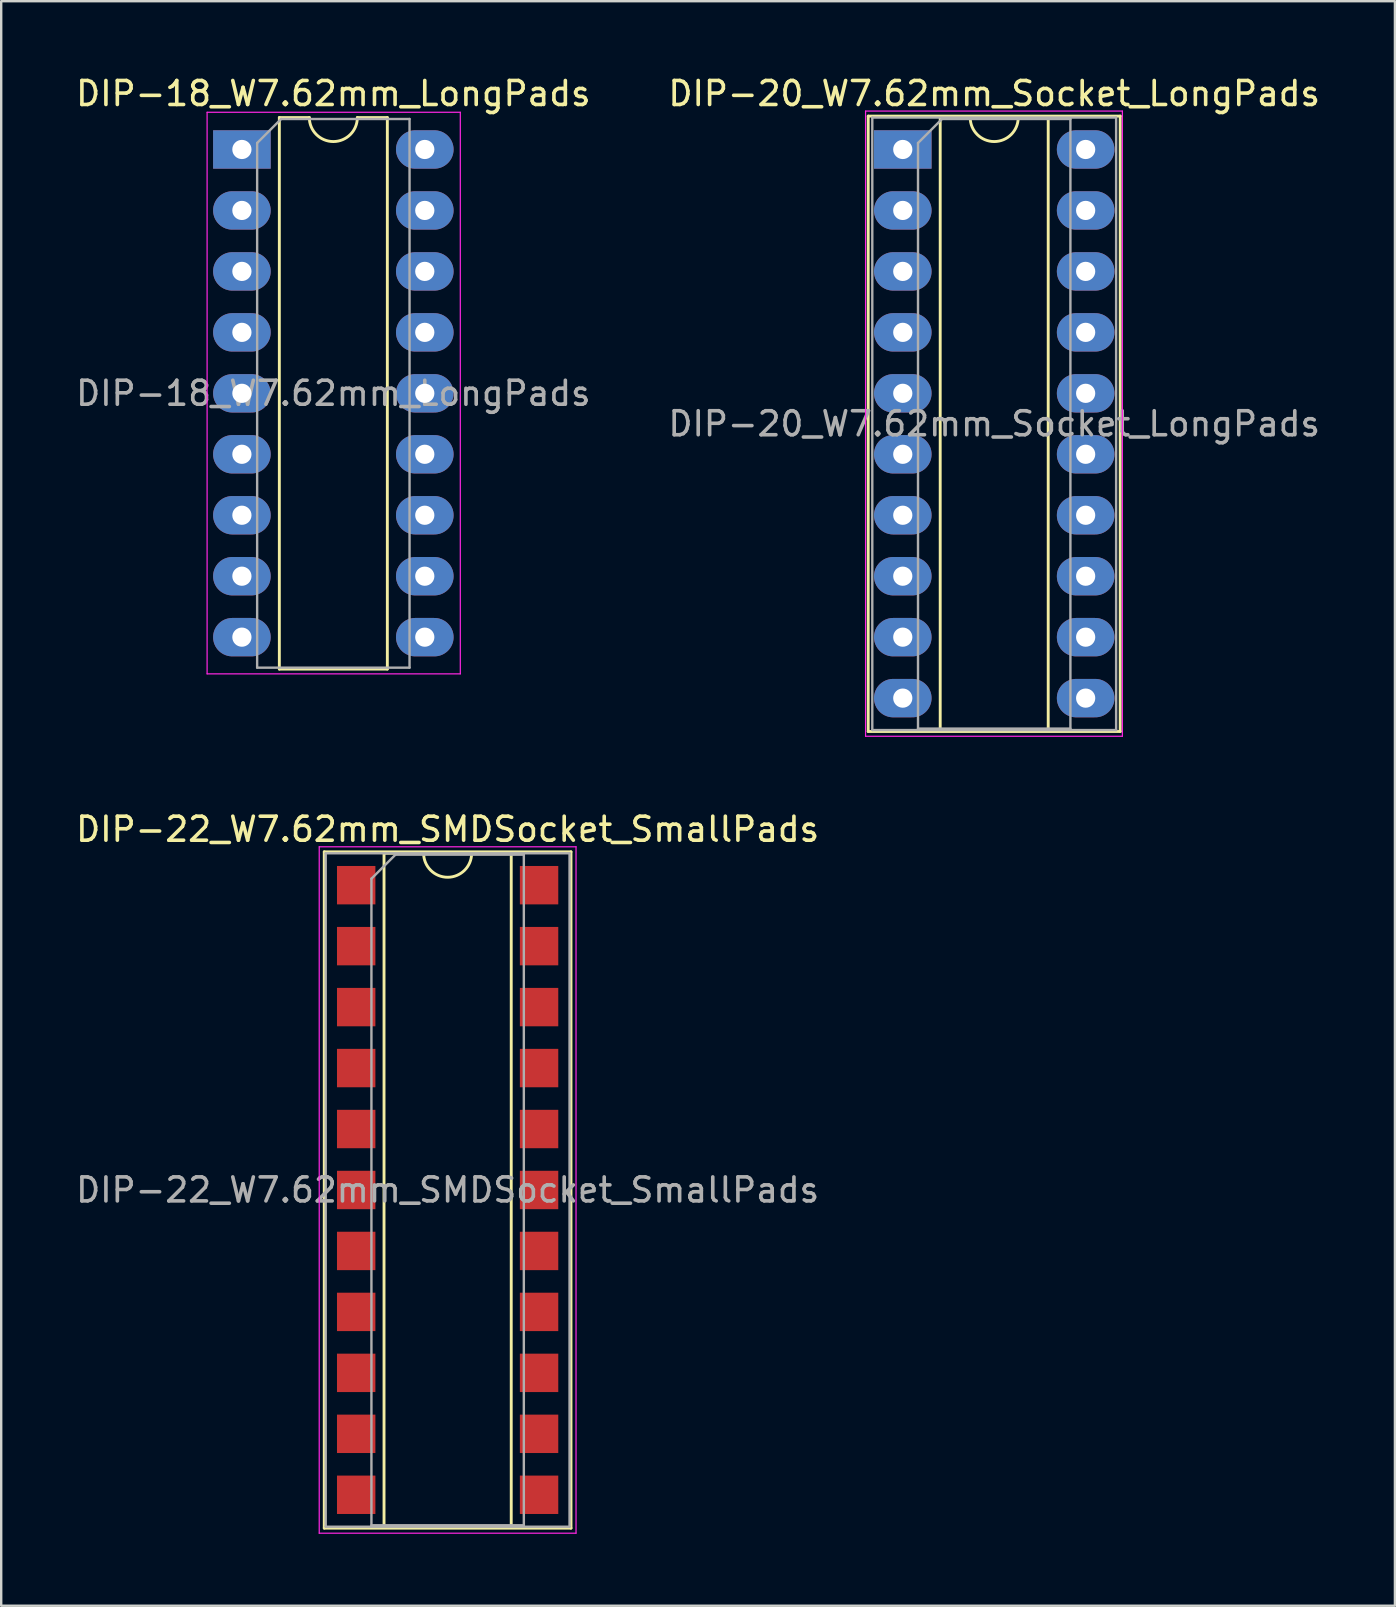
<source format=kicad_pcb>
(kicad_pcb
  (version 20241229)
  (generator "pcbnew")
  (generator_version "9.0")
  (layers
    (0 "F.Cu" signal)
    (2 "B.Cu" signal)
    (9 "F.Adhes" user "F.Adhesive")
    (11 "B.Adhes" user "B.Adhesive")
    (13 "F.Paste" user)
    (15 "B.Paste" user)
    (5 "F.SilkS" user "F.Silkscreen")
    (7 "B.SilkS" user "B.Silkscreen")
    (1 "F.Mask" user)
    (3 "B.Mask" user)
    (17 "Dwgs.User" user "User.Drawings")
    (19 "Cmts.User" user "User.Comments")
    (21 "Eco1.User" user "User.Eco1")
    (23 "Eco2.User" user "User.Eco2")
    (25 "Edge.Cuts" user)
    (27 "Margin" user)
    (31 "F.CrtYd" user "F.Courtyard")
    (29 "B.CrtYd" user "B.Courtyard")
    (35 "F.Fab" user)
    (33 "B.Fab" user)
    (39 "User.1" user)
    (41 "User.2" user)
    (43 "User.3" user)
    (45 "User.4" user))
  (footprint "DIP-20_W7.62mm_Socket_LongPads"
    (layer "F.Cu")
    (at 34.565 3.178)
    (property "Reference" "DIP-20_W7.62mm_Socket_LongPads" (at 3.81 -2.33 0) (layer "F.SilkS") (effects (font (size 1 1) (thickness 0.15))))
    (attr through_hole)
    (fp_line (start -1.44 -1.39) (end -1.44 24.25) (stroke (width 0.12) (type solid)) (layer "F.SilkS"))
    (fp_line (start -1.44 24.25) (end 9.06 24.25) (stroke (width 0.12) (type solid)) (layer "F.SilkS"))
    (fp_line (start 1.56 -1.33) (end 1.56 24.19) (stroke (width 0.12) (type solid)) (layer "F.SilkS"))
    (fp_line (start 1.56 24.19) (end 6.06 24.19) (stroke (width 0.12) (type solid)) (layer "F.SilkS"))
    (fp_line (start 2.81 -1.33) (end 1.56 -1.33) (stroke (width 0.12) (type solid)) (layer "F.SilkS"))
    (fp_line (start 6.06 -1.33) (end 4.81 -1.33) (stroke (width 0.12) (type solid)) (layer "F.SilkS"))
    (fp_line (start 6.06 24.19) (end 6.06 -1.33) (stroke (width 0.12) (type solid)) (layer "F.SilkS"))
    (fp_line (start 9.06 -1.39) (end -1.44 -1.39) (stroke (width 0.12) (type solid)) (layer "F.SilkS"))
    (fp_line (start 9.06 24.25) (end 9.06 -1.39) (stroke (width 0.12) (type solid)) (layer "F.SilkS"))
    (fp_arc (start 4.81 -1.33) (mid 3.81 -0.33) (end 2.81 -1.33) (stroke (width 0.12) (type solid)) (layer "F.SilkS"))
    (fp_line (start -1.55 -1.6) (end -1.55 24.45) (stroke (width 0.05) (type solid)) (layer "F.CrtYd"))
    (fp_line (start -1.55 24.45) (end 9.15 24.45) (stroke (width 0.05) (type solid)) (layer "F.CrtYd"))
    (fp_line (start 9.15 -1.6) (end -1.55 -1.6) (stroke (width 0.05) (type solid)) (layer "F.CrtYd"))
    (fp_line (start 9.15 24.45) (end 9.15 -1.6) (stroke (width 0.05) (type solid)) (layer "F.CrtYd"))
    (fp_line (start -1.27 -1.33) (end -1.27 24.19) (stroke (width 0.1) (type solid)) (layer "F.Fab"))
    (fp_line (start -1.27 24.19) (end 8.89 24.19) (stroke (width 0.1) (type solid)) (layer "F.Fab"))
    (fp_line (start 0.635 -0.27) (end 1.635 -1.27) (stroke (width 0.1) (type solid)) (layer "F.Fab"))
    (fp_line (start 0.635 24.13) (end 0.635 -0.27) (stroke (width 0.1) (type solid)) (layer "F.Fab"))
    (fp_line (start 1.635 -1.27) (end 6.985 -1.27) (stroke (width 0.1) (type solid)) (layer "F.Fab"))
    (fp_line (start 6.985 -1.27) (end 6.985 24.13) (stroke (width 0.1) (type solid)) (layer "F.Fab"))
    (fp_line (start 6.985 24.13) (end 0.635 24.13) (stroke (width 0.1) (type solid)) (layer "F.Fab"))
    (fp_line (start 8.89 -1.33) (end -1.27 -1.33) (stroke (width 0.1) (type solid)) (layer "F.Fab"))
    (fp_line (start 8.89 24.19) (end 8.89 -1.33) (stroke (width 0.1) (type solid)) (layer "F.Fab"))
    (fp_text user "${REFERENCE}" (at 3.81 11.43 0) (layer "F.Fab") (effects (font (size 1 1) (thickness 0.15))))
    (pad "1" thru_hole rect (at 0 0) (size 2.4 1.6) (drill 0.8) (layers "*.Cu" "*.Mask"))
    (pad "2" thru_hole oval (at 0 2.54) (size 2.4 1.6) (drill 0.8) (layers "*.Cu" "*.Mask"))
    (pad "3" thru_hole oval (at 0 5.08) (size 2.4 1.6) (drill 0.8) (layers "*.Cu" "*.Mask"))
    (pad "4" thru_hole oval (at 0 7.62) (size 2.4 1.6) (drill 0.8) (layers "*.Cu" "*.Mask"))
    (pad "5" thru_hole oval (at 0 10.16) (size 2.4 1.6) (drill 0.8) (layers "*.Cu" "*.Mask"))
    (pad "6" thru_hole oval (at 0 12.7) (size 2.4 1.6) (drill 0.8) (layers "*.Cu" "*.Mask"))
    (pad "7" thru_hole oval (at 0 15.24) (size 2.4 1.6) (drill 0.8) (layers "*.Cu" "*.Mask"))
    (pad "8" thru_hole oval (at 0 17.78) (size 2.4 1.6) (drill 0.8) (layers "*.Cu" "*.Mask"))
    (pad "9" thru_hole oval (at 0 20.32) (size 2.4 1.6) (drill 0.8) (layers "*.Cu" "*.Mask"))
    (pad "10" thru_hole oval (at 0 22.86) (size 2.4 1.6) (drill 0.8) (layers "*.Cu" "*.Mask"))
    (pad "11" thru_hole oval (at 7.62 22.86) (size 2.4 1.6) (drill 0.8) (layers "*.Cu" "*.Mask"))
    (pad "12" thru_hole oval (at 7.62 20.32) (size 2.4 1.6) (drill 0.8) (layers "*.Cu" "*.Mask"))
    (pad "13" thru_hole oval (at 7.62 17.78) (size 2.4 1.6) (drill 0.8) (layers "*.Cu" "*.Mask"))
    (pad "14" thru_hole oval (at 7.62 15.24) (size 2.4 1.6) (drill 0.8) (layers "*.Cu" "*.Mask"))
    (pad "15" thru_hole oval (at 7.62 12.7) (size 2.4 1.6) (drill 0.8) (layers "*.Cu" "*.Mask"))
    (pad "16" thru_hole oval (at 7.62 10.16) (size 2.4 1.6) (drill 0.8) (layers "*.Cu" "*.Mask"))
    (pad "17" thru_hole oval (at 7.62 7.62) (size 2.4 1.6) (drill 0.8) (layers "*.Cu" "*.Mask"))
    (pad "18" thru_hole oval (at 7.62 5.08) (size 2.4 1.6) (drill 0.8) (layers "*.Cu" "*.Mask"))
    (pad "19" thru_hole oval (at 7.62 2.54) (size 2.4 1.6) (drill 0.8) (layers "*.Cu" "*.Mask"))
    (pad "20" thru_hole oval (at 7.62 0) (size 2.4 1.6) (drill 0.8) (layers "*.Cu" "*.Mask")))
  (footprint "DIP-18_W7.62mm_LongPads"
    (layer "F.Cu")
    (at 7.029 3.178)
    (property "Reference" "DIP-18_W7.62mm_LongPads" (at 3.81 -2.33 0) (layer "F.SilkS") (effects (font (size 1 1) (thickness 0.15))))
    (attr through_hole)
    (fp_line (start 1.56 -1.33) (end 1.56 21.65) (stroke (width 0.12) (type solid)) (layer "F.SilkS"))
    (fp_line (start 1.56 21.65) (end 6.06 21.65) (stroke (width 0.12) (type solid)) (layer "F.SilkS"))
    (fp_line (start 2.81 -1.33) (end 1.56 -1.33) (stroke (width 0.12) (type solid)) (layer "F.SilkS"))
    (fp_line (start 6.06 -1.33) (end 4.81 -1.33) (stroke (width 0.12) (type solid)) (layer "F.SilkS"))
    (fp_line (start 6.06 21.65) (end 6.06 -1.33) (stroke (width 0.12) (type solid)) (layer "F.SilkS"))
    (fp_arc (start 4.81 -1.33) (mid 3.81 -0.33) (end 2.81 -1.33) (stroke (width 0.12) (type solid)) (layer "F.SilkS"))
    (fp_line (start -1.45 -1.55) (end -1.45 21.85) (stroke (width 0.05) (type solid)) (layer "F.CrtYd"))
    (fp_line (start -1.45 21.85) (end 9.1 21.85) (stroke (width 0.05) (type solid)) (layer "F.CrtYd"))
    (fp_line (start 9.1 -1.55) (end -1.45 -1.55) (stroke (width 0.05) (type solid)) (layer "F.CrtYd"))
    (fp_line (start 9.1 21.85) (end 9.1 -1.55) (stroke (width 0.05) (type solid)) (layer "F.CrtYd"))
    (fp_line (start 0.635 -0.27) (end 1.635 -1.27) (stroke (width 0.1) (type solid)) (layer "F.Fab"))
    (fp_line (start 0.635 21.59) (end 0.635 -0.27) (stroke (width 0.1) (type solid)) (layer "F.Fab"))
    (fp_line (start 1.635 -1.27) (end 6.985 -1.27) (stroke (width 0.1) (type solid)) (layer "F.Fab"))
    (fp_line (start 6.985 -1.27) (end 6.985 21.59) (stroke (width 0.1) (type solid)) (layer "F.Fab"))
    (fp_line (start 6.985 21.59) (end 0.635 21.59) (stroke (width 0.1) (type solid)) (layer "F.Fab"))
    (fp_text user "${REFERENCE}" (at 3.81 10.16 0) (layer "F.Fab") (effects (font (size 1 1) (thickness 0.15))))
    (pad "1" thru_hole rect (at 0 0) (size 2.4 1.6) (drill 0.8) (layers "*.Cu" "*.Mask"))
    (pad "2" thru_hole oval (at 0 2.54) (size 2.4 1.6) (drill 0.8) (layers "*.Cu" "*.Mask"))
    (pad "3" thru_hole oval (at 0 5.08) (size 2.4 1.6) (drill 0.8) (layers "*.Cu" "*.Mask"))
    (pad "4" thru_hole oval (at 0 7.62) (size 2.4 1.6) (drill 0.8) (layers "*.Cu" "*.Mask"))
    (pad "5" thru_hole oval (at 0 10.16) (size 2.4 1.6) (drill 0.8) (layers "*.Cu" "*.Mask"))
    (pad "6" thru_hole oval (at 0 12.7) (size 2.4 1.6) (drill 0.8) (layers "*.Cu" "*.Mask"))
    (pad "7" thru_hole oval (at 0 15.24) (size 2.4 1.6) (drill 0.8) (layers "*.Cu" "*.Mask"))
    (pad "8" thru_hole oval (at 0 17.78) (size 2.4 1.6) (drill 0.8) (layers "*.Cu" "*.Mask"))
    (pad "9" thru_hole oval (at 0 20.32) (size 2.4 1.6) (drill 0.8) (layers "*.Cu" "*.Mask"))
    (pad "10" thru_hole oval (at 7.62 20.32) (size 2.4 1.6) (drill 0.8) (layers "*.Cu" "*.Mask"))
    (pad "11" thru_hole oval (at 7.62 17.78) (size 2.4 1.6) (drill 0.8) (layers "*.Cu" "*.Mask"))
    (pad "12" thru_hole oval (at 7.62 15.24) (size 2.4 1.6) (drill 0.8) (layers "*.Cu" "*.Mask"))
    (pad "13" thru_hole oval (at 7.62 12.7) (size 2.4 1.6) (drill 0.8) (layers "*.Cu" "*.Mask"))
    (pad "14" thru_hole oval (at 7.62 10.16) (size 2.4 1.6) (drill 0.8) (layers "*.Cu" "*.Mask"))
    (pad "15" thru_hole oval (at 7.62 7.62) (size 2.4 1.6) (drill 0.8) (layers "*.Cu" "*.Mask"))
    (pad "16" thru_hole oval (at 7.62 5.08) (size 2.4 1.6) (drill 0.8) (layers "*.Cu" "*.Mask"))
    (pad "17" thru_hole oval (at 7.62 2.54) (size 2.4 1.6) (drill 0.8) (layers "*.Cu" "*.Mask"))
    (pad "18" thru_hole oval (at 7.62 0) (size 2.4 1.6) (drill 0.8) (layers "*.Cu" "*.Mask")))
  (footprint "DIP-22_W7.62mm_SMDSocket_SmallPads"
    (layer "F.Cu")
    (at 15.601 46.532)
    (property "Reference" "DIP-22_W7.62mm_SMDSocket_SmallPads" (at 0 -15.03 0) (layer "F.SilkS") (effects (font (size 1 1) (thickness 0.15))))
    (attr smd)
    (fp_line (start -5.14 -14.09) (end -5.14 14.09) (stroke (width 0.12) (type solid)) (layer "F.SilkS"))
    (fp_line (start -5.14 14.09) (end 5.14 14.09) (stroke (width 0.12) (type solid)) (layer "F.SilkS"))
    (fp_line (start -2.65 -14.03) (end -2.65 14.03) (stroke (width 0.12) (type solid)) (layer "F.SilkS"))
    (fp_line (start -2.65 14.03) (end 2.65 14.03) (stroke (width 0.12) (type solid)) (layer "F.SilkS"))
    (fp_line (start -1 -14.03) (end -2.65 -14.03) (stroke (width 0.12) (type solid)) (layer "F.SilkS"))
    (fp_line (start 2.65 -14.03) (end 1 -14.03) (stroke (width 0.12) (type solid)) (layer "F.SilkS"))
    (fp_line (start 2.65 14.03) (end 2.65 -14.03) (stroke (width 0.12) (type solid)) (layer "F.SilkS"))
    (fp_line (start 5.14 -14.09) (end -5.14 -14.09) (stroke (width 0.12) (type solid)) (layer "F.SilkS"))
    (fp_line (start 5.14 14.09) (end 5.14 -14.09) (stroke (width 0.12) (type solid)) (layer "F.SilkS"))
    (fp_arc (start 1 -14.03) (mid 0 -13.03) (end -1 -14.03) (stroke (width 0.12) (type solid)) (layer "F.SilkS"))
    (fp_line (start -5.35 -14.3) (end -5.35 14.3) (stroke (width 0.05) (type solid)) (layer "F.CrtYd"))
    (fp_line (start -5.35 14.3) (end 5.35 14.3) (stroke (width 0.05) (type solid)) (layer "F.CrtYd"))
    (fp_line (start 5.35 -14.3) (end -5.35 -14.3) (stroke (width 0.05) (type solid)) (layer "F.CrtYd"))
    (fp_line (start 5.35 14.3) (end 5.35 -14.3) (stroke (width 0.05) (type solid)) (layer "F.CrtYd"))
    (fp_line (start -5.08 -14.03) (end -5.08 14.03) (stroke (width 0.1) (type solid)) (layer "F.Fab"))
    (fp_line (start -5.08 14.03) (end 5.08 14.03) (stroke (width 0.1) (type solid)) (layer "F.Fab"))
    (fp_line (start -3.175 -12.97) (end -2.175 -13.97) (stroke (width 0.1) (type solid)) (layer "F.Fab"))
    (fp_line (start -3.175 13.97) (end -3.175 -12.97) (stroke (width 0.1) (type solid)) (layer "F.Fab"))
    (fp_line (start -2.175 -13.97) (end 3.175 -13.97) (stroke (width 0.1) (type solid)) (layer "F.Fab"))
    (fp_line (start 3.175 -13.97) (end 3.175 13.97) (stroke (width 0.1) (type solid)) (layer "F.Fab"))
    (fp_line (start 3.175 13.97) (end -3.175 13.97) (stroke (width 0.1) (type solid)) (layer "F.Fab"))
    (fp_line (start 5.08 -14.03) (end -5.08 -14.03) (stroke (width 0.1) (type solid)) (layer "F.Fab"))
    (fp_line (start 5.08 14.03) (end 5.08 -14.03) (stroke (width 0.1) (type solid)) (layer "F.Fab"))
    (fp_text user "${REFERENCE}" (at 0 0 0) (layer "F.Fab") (effects (font (size 1 1) (thickness 0.15))))
    (pad "1" smd rect (at -3.81 -12.7) (size 1.6 1.6) (layers "F.Cu" "F.Mask" "F.Paste"))
    (pad "2" smd rect (at -3.81 -10.16) (size 1.6 1.6) (layers "F.Cu" "F.Mask" "F.Paste"))
    (pad "3" smd rect (at -3.81 -7.62) (size 1.6 1.6) (layers "F.Cu" "F.Mask" "F.Paste"))
    (pad "4" smd rect (at -3.81 -5.08) (size 1.6 1.6) (layers "F.Cu" "F.Mask" "F.Paste"))
    (pad "5" smd rect (at -3.81 -2.54) (size 1.6 1.6) (layers "F.Cu" "F.Mask" "F.Paste"))
    (pad "6" smd rect (at -3.81 0) (size 1.6 1.6) (layers "F.Cu" "F.Mask" "F.Paste"))
    (pad "7" smd rect (at -3.81 2.54) (size 1.6 1.6) (layers "F.Cu" "F.Mask" "F.Paste"))
    (pad "8" smd rect (at -3.81 5.08) (size 1.6 1.6) (layers "F.Cu" "F.Mask" "F.Paste"))
    (pad "9" smd rect (at -3.81 7.62) (size 1.6 1.6) (layers "F.Cu" "F.Mask" "F.Paste"))
    (pad "10" smd rect (at -3.81 10.16) (size 1.6 1.6) (layers "F.Cu" "F.Mask" "F.Paste"))
    (pad "11" smd rect (at -3.81 12.7) (size 1.6 1.6) (layers "F.Cu" "F.Mask" "F.Paste"))
    (pad "12" smd rect (at 3.81 12.7) (size 1.6 1.6) (layers "F.Cu" "F.Mask" "F.Paste"))
    (pad "13" smd rect (at 3.81 10.16) (size 1.6 1.6) (layers "F.Cu" "F.Mask" "F.Paste"))
    (pad "14" smd rect (at 3.81 7.62) (size 1.6 1.6) (layers "F.Cu" "F.Mask" "F.Paste"))
    (pad "15" smd rect (at 3.81 5.08) (size 1.6 1.6) (layers "F.Cu" "F.Mask" "F.Paste"))
    (pad "16" smd rect (at 3.81 2.54) (size 1.6 1.6) (layers "F.Cu" "F.Mask" "F.Paste"))
    (pad "17" smd rect (at 3.81 0) (size 1.6 1.6) (layers "F.Cu" "F.Mask" "F.Paste"))
    (pad "18" smd rect (at 3.81 -2.54) (size 1.6 1.6) (layers "F.Cu" "F.Mask" "F.Paste"))
    (pad "19" smd rect (at 3.81 -5.08) (size 1.6 1.6) (layers "F.Cu" "F.Mask" "F.Paste"))
    (pad "20" smd rect (at 3.81 -7.62) (size 1.6 1.6) (layers "F.Cu" "F.Mask" "F.Paste"))
    (pad "21" smd rect (at 3.81 -10.16) (size 1.6 1.6) (layers "F.Cu" "F.Mask" "F.Paste"))
    (pad "22" smd rect (at 3.81 -12.7) (size 1.6 1.6) (layers "F.Cu" "F.Mask" "F.Paste")))
  (gr_rect
    (start -3 -3)
    (end 55.071 63.856)
    (stroke (width 0.1) (type default))
    (fill no)
    (layer "Edge.Cuts")))
</source>
